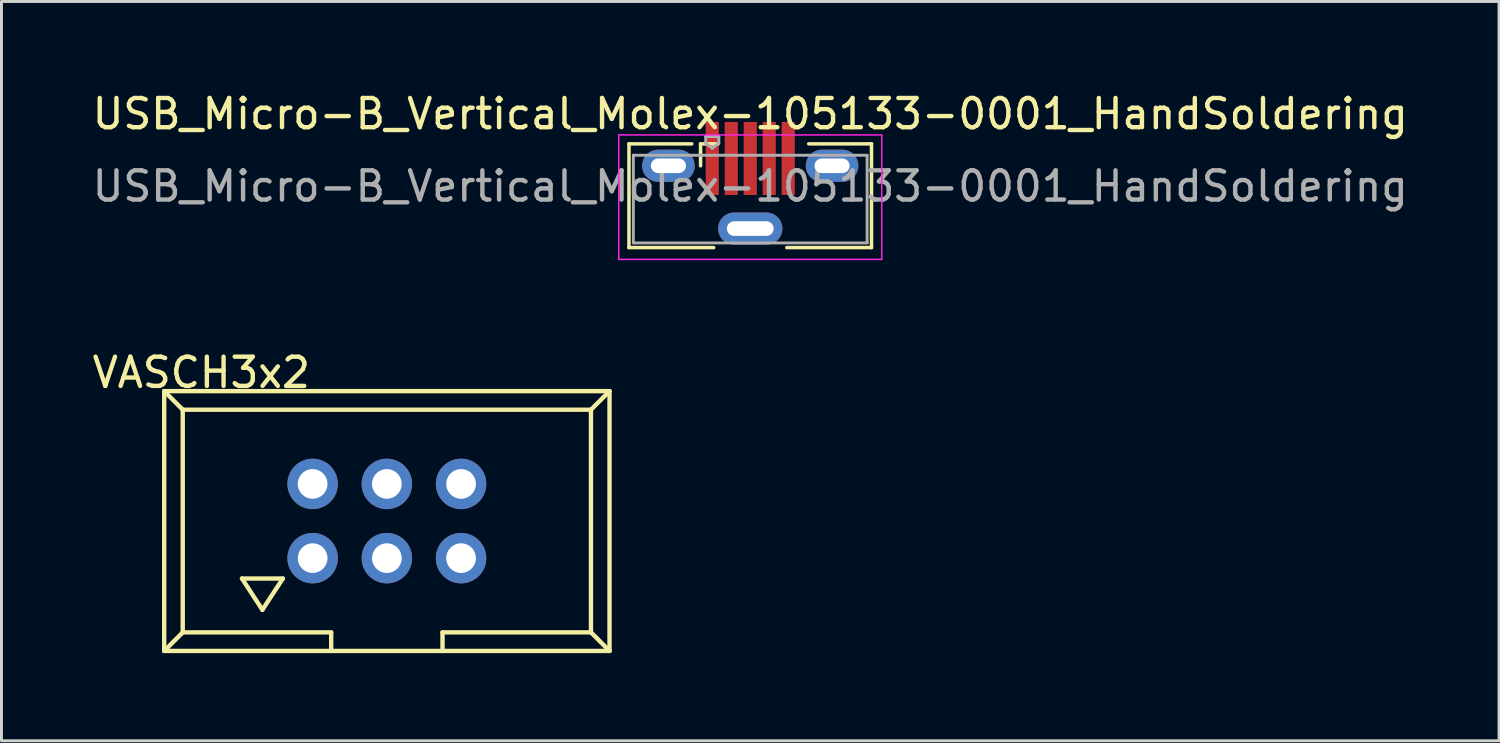
<source format=kicad_pcb>
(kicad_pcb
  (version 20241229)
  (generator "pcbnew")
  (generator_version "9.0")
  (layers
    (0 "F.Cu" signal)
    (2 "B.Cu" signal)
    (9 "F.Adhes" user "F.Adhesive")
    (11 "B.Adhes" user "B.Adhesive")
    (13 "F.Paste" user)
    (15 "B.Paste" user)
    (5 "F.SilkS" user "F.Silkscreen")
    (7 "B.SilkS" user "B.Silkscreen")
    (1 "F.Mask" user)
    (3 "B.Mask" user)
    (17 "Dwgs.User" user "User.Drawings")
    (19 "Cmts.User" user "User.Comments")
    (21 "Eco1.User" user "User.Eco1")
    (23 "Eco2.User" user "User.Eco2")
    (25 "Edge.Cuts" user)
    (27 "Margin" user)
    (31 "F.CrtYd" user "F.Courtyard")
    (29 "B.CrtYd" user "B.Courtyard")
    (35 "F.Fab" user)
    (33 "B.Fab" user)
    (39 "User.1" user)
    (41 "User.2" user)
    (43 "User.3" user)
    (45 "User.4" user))
  (footprint "VASCH3x2"
    (layer "F.Cu")
    (at 10.189 14.781)
    (property "Reference" "VASCH3x2" (at -6.35 -5.08 0) (layer "F.SilkS") (effects (font (size 1 1) (thickness 0.15))))
    (attr exclude_from_pos_files exclude_from_bom)
    (fp_line (start -7.62 -4.445) (end -7.62 4.445) (stroke (width 0.15) (type solid)) (layer "F.SilkS"))
    (fp_line (start -7.62 4.445) (end 7.62 4.445) (stroke (width 0.15) (type solid)) (layer "F.SilkS"))
    (fp_line (start -6.985 -3.81) (end -7.62 -4.445) (stroke (width 0.15) (type solid)) (layer "F.SilkS"))
    (fp_line (start -6.985 -3.81) (end -6.985 3.81) (stroke (width 0.15) (type solid)) (layer "F.SilkS"))
    (fp_line (start -6.985 3.81) (end -7.62 4.445) (stroke (width 0.15) (type solid)) (layer "F.SilkS"))
    (fp_line (start -6.985 3.81) (end -1.905 3.81) (stroke (width 0.15) (type solid)) (layer "F.SilkS"))
    (fp_line (start -4.958 1.968) (end -4.26 3.038) (stroke (width 0.15) (type solid)) (layer "F.SilkS"))
    (fp_line (start -4.26 3.038) (end -3.559 1.968) (stroke (width 0.15) (type solid)) (layer "F.SilkS"))
    (fp_line (start -3.559 1.968) (end -4.958 1.968) (stroke (width 0.15) (type solid)) (layer "F.SilkS"))
    (fp_line (start -1.905 3.81) (end -1.905 4.445) (stroke (width 0.15) (type solid)) (layer "F.SilkS"))
    (fp_line (start 1.905 3.81) (end 6.985 3.81) (stroke (width 0.15) (type solid)) (layer "F.SilkS"))
    (fp_line (start 1.905 4.445) (end 1.905 3.81) (stroke (width 0.15) (type solid)) (layer "F.SilkS"))
    (fp_line (start 6.985 -3.81) (end -6.985 -3.81) (stroke (width 0.15) (type solid)) (layer "F.SilkS"))
    (fp_line (start 6.985 -3.81) (end 7.62 -4.445) (stroke (width 0.15) (type solid)) (layer "F.SilkS"))
    (fp_line (start 6.985 3.81) (end 6.985 -3.81) (stroke (width 0.15) (type solid)) (layer "F.SilkS"))
    (fp_line (start 6.985 3.81) (end 7.62 4.445) (stroke (width 0.15) (type solid)) (layer "F.SilkS"))
    (fp_line (start 7.62 -4.445) (end -7.62 -4.445) (stroke (width 0.15) (type solid)) (layer "F.SilkS"))
    (fp_line (start 7.62 -4.445) (end 7.62 4.445) (stroke (width 0.15) (type solid)) (layer "F.SilkS"))
    (pad "1" thru_hole circle (at -2.54 1.27) (size 1.727 1.727) (drill 1.016) (layers "*.Cu" "*.Mask"))
    (pad "2" thru_hole circle (at -2.54 -1.27) (size 1.727 1.727) (drill 1.016) (layers "*.Cu" "*.Mask"))
    (pad "3" thru_hole circle (at 0 1.27) (size 1.727 1.727) (drill 1.016) (layers "*.Cu" "*.Mask"))
    (pad "4" thru_hole circle (at 0 -1.27) (size 1.727 1.727) (drill 1.016) (layers "*.Cu" "*.Mask"))
    (pad "5" thru_hole circle (at 2.54 1.27) (size 1.727 1.727) (drill 1.016) (layers "*.Cu" "*.Mask"))
    (pad "6" thru_hole circle (at 2.54 -1.27) (size 1.727 1.727) (drill 1.016) (layers "*.Cu" "*.Mask")))
  (footprint "USB_Micro-B_Vertical_Molex-105133-0001_HandSoldering"
    (layer "F.Cu")
    (at 22.625 3.698)
    (property "Reference" "USB_Micro-B_Vertical_Molex-105133-0001_HandSoldering" (at 0 -2.85 0) (layer "F.SilkS") (effects (font (size 1 1) (thickness 0.15))))
    (attr smd)
    (fp_line (start -4.15 -1.825) (end -4.15 1.725) (stroke (width 0.12) (type solid)) (layer "F.SilkS"))
    (fp_line (start -4.15 1.725) (end -1.25 1.725) (stroke (width 0.12) (type solid)) (layer "F.SilkS"))
    (fp_line (start -2 -1.825) (end -4.15 -1.825) (stroke (width 0.12) (type solid)) (layer "F.SilkS"))
    (fp_line (start -1.7 -1.825) (end -1.1 -1.825) (stroke (width 0.12) (type solid)) (layer "F.SilkS"))
    (fp_line (start -1.7 -1.075) (end -1.7 -1.825) (stroke (width 0.12) (type solid)) (layer "F.SilkS"))
    (fp_line (start 2 -1.825) (end 4.15 -1.825) (stroke (width 0.12) (type solid)) (layer "F.SilkS"))
    (fp_line (start 4.15 -1.825) (end 4.15 1.725) (stroke (width 0.12) (type solid)) (layer "F.SilkS"))
    (fp_line (start 4.15 1.725) (end 1.25 1.725) (stroke (width 0.12) (type solid)) (layer "F.SilkS"))
    (fp_line (start -4.5 -2.13) (end 4.5 -2.13) (stroke (width 0.05) (type solid)) (layer "F.CrtYd"))
    (fp_line (start -4.5 2.13) (end -4.5 -2.13) (stroke (width 0.05) (type solid)) (layer "F.CrtYd"))
    (fp_line (start -4.5 2.13) (end 4.5 2.13) (stroke (width 0.05) (type solid)) (layer "F.CrtYd"))
    (fp_line (start 4.5 2.13) (end 4.5 -2.13) (stroke (width 0.05) (type solid)) (layer "F.CrtYd"))
    (fp_line (start -4 1.565) (end -4 -1.435) (stroke (width 0.1) (type solid)) (layer "F.Fab"))
    (fp_line (start -4 1.565) (end 4 1.565) (stroke (width 0.1) (type solid)) (layer "F.Fab"))
    (fp_line (start -1.525 -2.075) (end -1.075 -2.075) (stroke (width 0.1) (type solid)) (layer "F.Fab"))
    (fp_line (start -1.525 -1.85) (end -1.525 -2.075) (stroke (width 0.1) (type solid)) (layer "F.Fab"))
    (fp_line (start -1.3 -1.675) (end -1.525 -1.85) (stroke (width 0.1) (type solid)) (layer "F.Fab"))
    (fp_line (start -1.3 -1.675) (end -1.075 -1.85) (stroke (width 0.1) (type solid)) (layer "F.Fab"))
    (fp_line (start -1.075 -2.075) (end -1.075 -1.85) (stroke (width 0.1) (type solid)) (layer "F.Fab"))
    (fp_line (start 4 -1.435) (end -4 -1.435) (stroke (width 0.1) (type solid)) (layer "F.Fab"))
    (fp_line (start 4 1.565) (end 4 -1.435) (stroke (width 0.1) (type solid)) (layer "F.Fab"))
    (fp_text user "${REFERENCE}" (at 0 -0.375 0) (layer "F.Fab") (effects (font (size 1 1) (thickness 0.15))))
    (pad "1" smd rect (at -1.3 -1.325) (size 0.45 2.5) (layers "F.Cu" "F.Mask" "F.Paste"))
    (pad "2" smd rect (at -0.65 -1.325) (size 0.45 2.5) (layers "F.Cu" "F.Mask" "F.Paste"))
    (pad "3" smd rect (at 0 -1.325) (size 0.45 2.5) (layers "F.Cu" "F.Mask" "F.Paste"))
    (pad "4" smd rect (at 0.65 -1.325) (size 0.45 2.5) (layers "F.Cu" "F.Mask" "F.Paste"))
    (pad "5" smd rect (at 1.3 -1.325) (size 0.45 2.5) (layers "F.Cu" "F.Mask" "F.Paste"))
    (pad "6" thru_hole oval (at -2.8 -1.075) (size 1.8 1.1) (drill oval 1.2 0.5) (layers "*.Cu" "*.Mask"))
    (pad "6" thru_hole oval (at 0 1.075) (size 2.2 1.1) (drill oval 1.6 0.5) (layers "*.Cu" "*.Mask"))
    (pad "6" thru_hole oval (at 2.8 -1.075) (size 1.8 1.1) (drill oval 1.2 0.5) (layers "*.Cu" "*.Mask")))
  (gr_rect
    (start -3 -3)
    (end 48.25 22.302)
    (stroke (width 0.1) (type default))
    (fill no)
    (layer "Edge.Cuts")))
</source>
